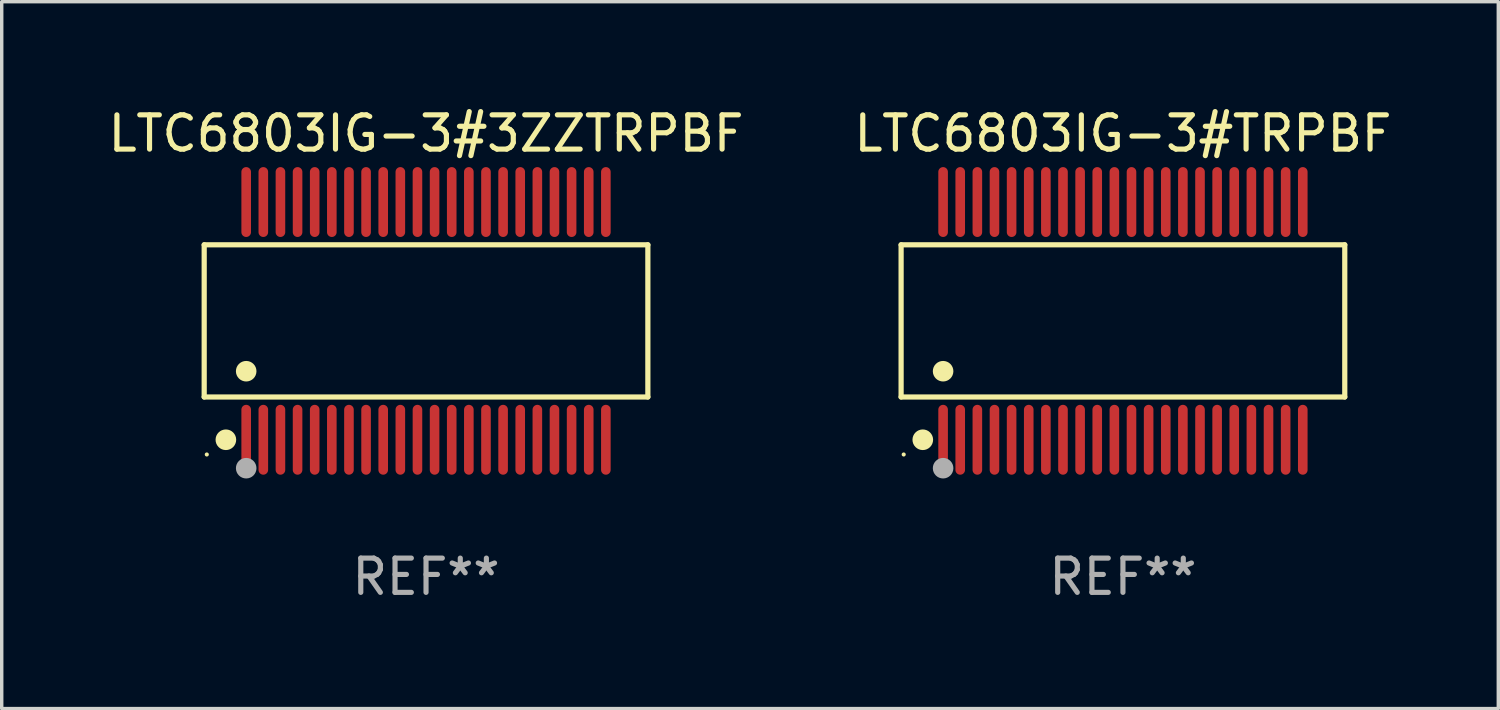
<source format=kicad_pcb>
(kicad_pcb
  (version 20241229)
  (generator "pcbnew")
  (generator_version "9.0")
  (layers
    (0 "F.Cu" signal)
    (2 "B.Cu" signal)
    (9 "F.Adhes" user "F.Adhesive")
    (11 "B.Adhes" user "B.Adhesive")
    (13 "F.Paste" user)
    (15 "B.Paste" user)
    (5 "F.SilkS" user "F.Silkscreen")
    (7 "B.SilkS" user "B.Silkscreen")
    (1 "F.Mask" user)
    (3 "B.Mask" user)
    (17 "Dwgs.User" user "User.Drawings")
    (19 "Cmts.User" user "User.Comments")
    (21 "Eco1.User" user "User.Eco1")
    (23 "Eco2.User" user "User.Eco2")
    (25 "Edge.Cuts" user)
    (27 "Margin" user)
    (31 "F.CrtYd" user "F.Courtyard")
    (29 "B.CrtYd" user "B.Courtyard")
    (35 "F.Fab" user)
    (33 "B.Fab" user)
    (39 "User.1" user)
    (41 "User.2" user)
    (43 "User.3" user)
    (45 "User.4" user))
  (footprint "LTC6803IG-3#3ZZTRPBF"
    (layer "F.Cu")
    (at 9.387 6.318)
    (property "Reference" "LTC6803IG-3#3ZZTRPBF" (at 0 -5.47 0) (layer "F.SilkS") (effects (font (size 1 1) (thickness 0.15))))
    (attr through_hole)
    (fp_line (start -6.476 -2.221) (end 6.476 -2.221) (stroke (width 0.152) (type solid)) (layer "F.SilkS"))
    (fp_line (start -6.476 2.221) (end -6.476 -2.221) (stroke (width 0.152) (type solid)) (layer "F.SilkS"))
    (fp_line (start 6.476 -2.221) (end 6.476 2.221) (stroke (width 0.152) (type solid)) (layer "F.SilkS"))
    (fp_line (start 6.476 2.221) (end -6.476 2.221) (stroke (width 0.152) (type solid)) (layer "F.SilkS"))
    (fp_circle (center -6.4 3.9) (end -6.37 3.9) (stroke (width 0.06) (type solid)) (fill no) (layer "F.SilkS"))
    (fp_circle (center -5.843 3.47) (end -5.692 3.47) (stroke (width 0.3) (type solid)) (fill no) (layer "F.SilkS"))
    (fp_circle (center -5.25 1.469) (end -5.1 1.469) (stroke (width 0.3) (type solid)) (fill no) (layer "F.SilkS"))
    (fp_circle (center -5.25 4.3) (end -5.1 4.3) (stroke (width 0.3) (type solid)) (fill no) (layer "F.Fab"))
    (fp_text user "REF**" (at 0 7.47 0) (layer "F.Fab") (effects (font (size 1 1) (thickness 0.15))))
    (pad "1" smd oval (at -5.25 3.47) (size 0.28 2.04) (layers "F.Cu" "F.Mask" "F.Paste"))
    (pad "2" smd oval (at -4.75 3.47) (size 0.28 2.04) (layers "F.Cu" "F.Mask" "F.Paste"))
    (pad "3" smd oval (at -4.25 3.47) (size 0.28 2.04) (layers "F.Cu" "F.Mask" "F.Paste"))
    (pad "4" smd oval (at -3.75 3.47) (size 0.28 2.04) (layers "F.Cu" "F.Mask" "F.Paste"))
    (pad "5" smd oval (at -3.25 3.47) (size 0.28 2.04) (layers "F.Cu" "F.Mask" "F.Paste"))
    (pad "6" smd oval (at -2.75 3.47) (size 0.28 2.04) (layers "F.Cu" "F.Mask" "F.Paste"))
    (pad "7" smd oval (at -2.25 3.47) (size 0.28 2.04) (layers "F.Cu" "F.Mask" "F.Paste"))
    (pad "8" smd oval (at -1.75 3.47) (size 0.28 2.04) (layers "F.Cu" "F.Mask" "F.Paste"))
    (pad "9" smd oval (at -1.25 3.47) (size 0.28 2.04) (layers "F.Cu" "F.Mask" "F.Paste"))
    (pad "10" smd oval (at -0.75 3.47) (size 0.28 2.04) (layers "F.Cu" "F.Mask" "F.Paste"))
    (pad "11" smd oval (at -0.25 3.47) (size 0.28 2.04) (layers "F.Cu" "F.Mask" "F.Paste"))
    (pad "12" smd oval (at 0.25 3.47) (size 0.28 2.04) (layers "F.Cu" "F.Mask" "F.Paste"))
    (pad "13" smd oval (at 0.75 3.47) (size 0.28 2.04) (layers "F.Cu" "F.Mask" "F.Paste"))
    (pad "14" smd oval (at 1.25 3.47) (size 0.28 2.04) (layers "F.Cu" "F.Mask" "F.Paste"))
    (pad "15" smd oval (at 1.75 3.47) (size 0.28 2.04) (layers "F.Cu" "F.Mask" "F.Paste"))
    (pad "16" smd oval (at 2.25 3.47) (size 0.28 2.04) (layers "F.Cu" "F.Mask" "F.Paste"))
    (pad "17" smd oval (at 2.75 3.47) (size 0.28 2.04) (layers "F.Cu" "F.Mask" "F.Paste"))
    (pad "18" smd oval (at 3.25 3.47) (size 0.28 2.04) (layers "F.Cu" "F.Mask" "F.Paste"))
    (pad "19" smd oval (at 3.75 3.47) (size 0.28 2.04) (layers "F.Cu" "F.Mask" "F.Paste"))
    (pad "20" smd oval (at 4.25 3.47) (size 0.28 2.04) (layers "F.Cu" "F.Mask" "F.Paste"))
    (pad "21" smd oval (at 4.75 3.47) (size 0.28 2.04) (layers "F.Cu" "F.Mask" "F.Paste"))
    (pad "22" smd oval (at 5.25 3.47) (size 0.28 2.04) (layers "F.Cu" "F.Mask" "F.Paste"))
    (pad "23" smd oval (at 5.25 -3.47) (size 0.28 2.04) (layers "F.Cu" "F.Mask" "F.Paste"))
    (pad "24" smd oval (at 4.75 -3.47) (size 0.28 2.04) (layers "F.Cu" "F.Mask" "F.Paste"))
    (pad "25" smd oval (at 4.25 -3.47) (size 0.28 2.04) (layers "F.Cu" "F.Mask" "F.Paste"))
    (pad "26" smd oval (at 3.75 -3.47) (size 0.28 2.04) (layers "F.Cu" "F.Mask" "F.Paste"))
    (pad "27" smd oval (at 3.25 -3.47) (size 0.28 2.04) (layers "F.Cu" "F.Mask" "F.Paste"))
    (pad "28" smd oval (at 2.75 -3.47) (size 0.28 2.04) (layers "F.Cu" "F.Mask" "F.Paste"))
    (pad "29" smd oval (at 2.25 -3.47) (size 0.28 2.04) (layers "F.Cu" "F.Mask" "F.Paste"))
    (pad "30" smd oval (at 1.75 -3.47) (size 0.28 2.04) (layers "F.Cu" "F.Mask" "F.Paste"))
    (pad "31" smd oval (at 1.25 -3.47) (size 0.28 2.04) (layers "F.Cu" "F.Mask" "F.Paste"))
    (pad "32" smd oval (at 0.75 -3.47) (size 0.28 2.04) (layers "F.Cu" "F.Mask" "F.Paste"))
    (pad "33" smd oval (at 0.25 -3.47) (size 0.28 2.04) (layers "F.Cu" "F.Mask" "F.Paste"))
    (pad "34" smd oval (at -0.25 -3.47) (size 0.28 2.04) (layers "F.Cu" "F.Mask" "F.Paste"))
    (pad "35" smd oval (at -0.75 -3.47) (size 0.28 2.04) (layers "F.Cu" "F.Mask" "F.Paste"))
    (pad "36" smd oval (at -1.25 -3.47) (size 0.28 2.04) (layers "F.Cu" "F.Mask" "F.Paste"))
    (pad "37" smd oval (at -1.75 -3.47) (size 0.28 2.04) (layers "F.Cu" "F.Mask" "F.Paste"))
    (pad "38" smd oval (at -2.25 -3.47) (size 0.28 2.04) (layers "F.Cu" "F.Mask" "F.Paste"))
    (pad "39" smd oval (at -2.75 -3.47) (size 0.28 2.04) (layers "F.Cu" "F.Mask" "F.Paste"))
    (pad "40" smd oval (at -3.25 -3.47) (size 0.28 2.04) (layers "F.Cu" "F.Mask" "F.Paste"))
    (pad "41" smd oval (at -3.75 -3.47) (size 0.28 2.04) (layers "F.Cu" "F.Mask" "F.Paste"))
    (pad "42" smd oval (at -4.25 -3.47) (size 0.28 2.04) (layers "F.Cu" "F.Mask" "F.Paste"))
    (pad "43" smd oval (at -4.75 -3.47) (size 0.28 2.04) (layers "F.Cu" "F.Mask" "F.Paste"))
    (pad "44" smd oval (at -5.25 -3.47) (size 0.28 2.04) (layers "F.Cu" "F.Mask" "F.Paste")))
  (footprint "LTC6803IG-3#TRPBF"
    (layer "F.Cu")
    (at 29.732 6.318)
    (property "Reference" "LTC6803IG-3#TRPBF" (at 0 -5.47 0) (layer "F.SilkS") (effects (font (size 1 1) (thickness 0.15))))
    (attr through_hole)
    (fp_line (start -6.476 -2.221) (end 6.476 -2.221) (stroke (width 0.152) (type solid)) (layer "F.SilkS"))
    (fp_line (start -6.476 2.221) (end -6.476 -2.221) (stroke (width 0.152) (type solid)) (layer "F.SilkS"))
    (fp_line (start 6.476 -2.221) (end 6.476 2.221) (stroke (width 0.152) (type solid)) (layer "F.SilkS"))
    (fp_line (start 6.476 2.221) (end -6.476 2.221) (stroke (width 0.152) (type solid)) (layer "F.SilkS"))
    (fp_circle (center -6.4 3.9) (end -6.37 3.9) (stroke (width 0.06) (type solid)) (fill no) (layer "F.SilkS"))
    (fp_circle (center -5.843 3.47) (end -5.692 3.47) (stroke (width 0.3) (type solid)) (fill no) (layer "F.SilkS"))
    (fp_circle (center -5.25 1.469) (end -5.1 1.469) (stroke (width 0.3) (type solid)) (fill no) (layer "F.SilkS"))
    (fp_circle (center -5.25 4.3) (end -5.1 4.3) (stroke (width 0.3) (type solid)) (fill no) (layer "F.Fab"))
    (fp_text user "REF**" (at 0 7.47 0) (layer "F.Fab") (effects (font (size 1 1) (thickness 0.15))))
    (pad "1" smd oval (at -5.25 3.47) (size 0.28 2.04) (layers "F.Cu" "F.Mask" "F.Paste"))
    (pad "2" smd oval (at -4.75 3.47) (size 0.28 2.04) (layers "F.Cu" "F.Mask" "F.Paste"))
    (pad "3" smd oval (at -4.25 3.47) (size 0.28 2.04) (layers "F.Cu" "F.Mask" "F.Paste"))
    (pad "4" smd oval (at -3.75 3.47) (size 0.28 2.04) (layers "F.Cu" "F.Mask" "F.Paste"))
    (pad "5" smd oval (at -3.25 3.47) (size 0.28 2.04) (layers "F.Cu" "F.Mask" "F.Paste"))
    (pad "6" smd oval (at -2.75 3.47) (size 0.28 2.04) (layers "F.Cu" "F.Mask" "F.Paste"))
    (pad "7" smd oval (at -2.25 3.47) (size 0.28 2.04) (layers "F.Cu" "F.Mask" "F.Paste"))
    (pad "8" smd oval (at -1.75 3.47) (size 0.28 2.04) (layers "F.Cu" "F.Mask" "F.Paste"))
    (pad "9" smd oval (at -1.25 3.47) (size 0.28 2.04) (layers "F.Cu" "F.Mask" "F.Paste"))
    (pad "10" smd oval (at -0.75 3.47) (size 0.28 2.04) (layers "F.Cu" "F.Mask" "F.Paste"))
    (pad "11" smd oval (at -0.25 3.47) (size 0.28 2.04) (layers "F.Cu" "F.Mask" "F.Paste"))
    (pad "12" smd oval (at 0.25 3.47) (size 0.28 2.04) (layers "F.Cu" "F.Mask" "F.Paste"))
    (pad "13" smd oval (at 0.75 3.47) (size 0.28 2.04) (layers "F.Cu" "F.Mask" "F.Paste"))
    (pad "14" smd oval (at 1.25 3.47) (size 0.28 2.04) (layers "F.Cu" "F.Mask" "F.Paste"))
    (pad "15" smd oval (at 1.75 3.47) (size 0.28 2.04) (layers "F.Cu" "F.Mask" "F.Paste"))
    (pad "16" smd oval (at 2.25 3.47) (size 0.28 2.04) (layers "F.Cu" "F.Mask" "F.Paste"))
    (pad "17" smd oval (at 2.75 3.47) (size 0.28 2.04) (layers "F.Cu" "F.Mask" "F.Paste"))
    (pad "18" smd oval (at 3.25 3.47) (size 0.28 2.04) (layers "F.Cu" "F.Mask" "F.Paste"))
    (pad "19" smd oval (at 3.75 3.47) (size 0.28 2.04) (layers "F.Cu" "F.Mask" "F.Paste"))
    (pad "20" smd oval (at 4.25 3.47) (size 0.28 2.04) (layers "F.Cu" "F.Mask" "F.Paste"))
    (pad "21" smd oval (at 4.75 3.47) (size 0.28 2.04) (layers "F.Cu" "F.Mask" "F.Paste"))
    (pad "22" smd oval (at 5.25 3.47) (size 0.28 2.04) (layers "F.Cu" "F.Mask" "F.Paste"))
    (pad "23" smd oval (at 5.25 -3.47) (size 0.28 2.04) (layers "F.Cu" "F.Mask" "F.Paste"))
    (pad "24" smd oval (at 4.75 -3.47) (size 0.28 2.04) (layers "F.Cu" "F.Mask" "F.Paste"))
    (pad "25" smd oval (at 4.25 -3.47) (size 0.28 2.04) (layers "F.Cu" "F.Mask" "F.Paste"))
    (pad "26" smd oval (at 3.75 -3.47) (size 0.28 2.04) (layers "F.Cu" "F.Mask" "F.Paste"))
    (pad "27" smd oval (at 3.25 -3.47) (size 0.28 2.04) (layers "F.Cu" "F.Mask" "F.Paste"))
    (pad "28" smd oval (at 2.75 -3.47) (size 0.28 2.04) (layers "F.Cu" "F.Mask" "F.Paste"))
    (pad "29" smd oval (at 2.25 -3.47) (size 0.28 2.04) (layers "F.Cu" "F.Mask" "F.Paste"))
    (pad "30" smd oval (at 1.75 -3.47) (size 0.28 2.04) (layers "F.Cu" "F.Mask" "F.Paste"))
    (pad "31" smd oval (at 1.25 -3.47) (size 0.28 2.04) (layers "F.Cu" "F.Mask" "F.Paste"))
    (pad "32" smd oval (at 0.75 -3.47) (size 0.28 2.04) (layers "F.Cu" "F.Mask" "F.Paste"))
    (pad "33" smd oval (at 0.25 -3.47) (size 0.28 2.04) (layers "F.Cu" "F.Mask" "F.Paste"))
    (pad "34" smd oval (at -0.25 -3.47) (size 0.28 2.04) (layers "F.Cu" "F.Mask" "F.Paste"))
    (pad "35" smd oval (at -0.75 -3.47) (size 0.28 2.04) (layers "F.Cu" "F.Mask" "F.Paste"))
    (pad "36" smd oval (at -1.25 -3.47) (size 0.28 2.04) (layers "F.Cu" "F.Mask" "F.Paste"))
    (pad "37" smd oval (at -1.75 -3.47) (size 0.28 2.04) (layers "F.Cu" "F.Mask" "F.Paste"))
    (pad "38" smd oval (at -2.25 -3.47) (size 0.28 2.04) (layers "F.Cu" "F.Mask" "F.Paste"))
    (pad "39" smd oval (at -2.75 -3.47) (size 0.28 2.04) (layers "F.Cu" "F.Mask" "F.Paste"))
    (pad "40" smd oval (at -3.25 -3.47) (size 0.28 2.04) (layers "F.Cu" "F.Mask" "F.Paste"))
    (pad "41" smd oval (at -3.75 -3.47) (size 0.28 2.04) (layers "F.Cu" "F.Mask" "F.Paste"))
    (pad "42" smd oval (at -4.25 -3.47) (size 0.28 2.04) (layers "F.Cu" "F.Mask" "F.Paste"))
    (pad "43" smd oval (at -4.75 -3.47) (size 0.28 2.04) (layers "F.Cu" "F.Mask" "F.Paste"))
    (pad "44" smd oval (at -5.25 -3.47) (size 0.28 2.04) (layers "F.Cu" "F.Mask" "F.Paste")))
  (gr_rect
    (start -3 -3)
    (end 40.69 17.636)
    (stroke (width 0.1) (type default))
    (fill no)
    (layer "Edge.Cuts")))
</source>
